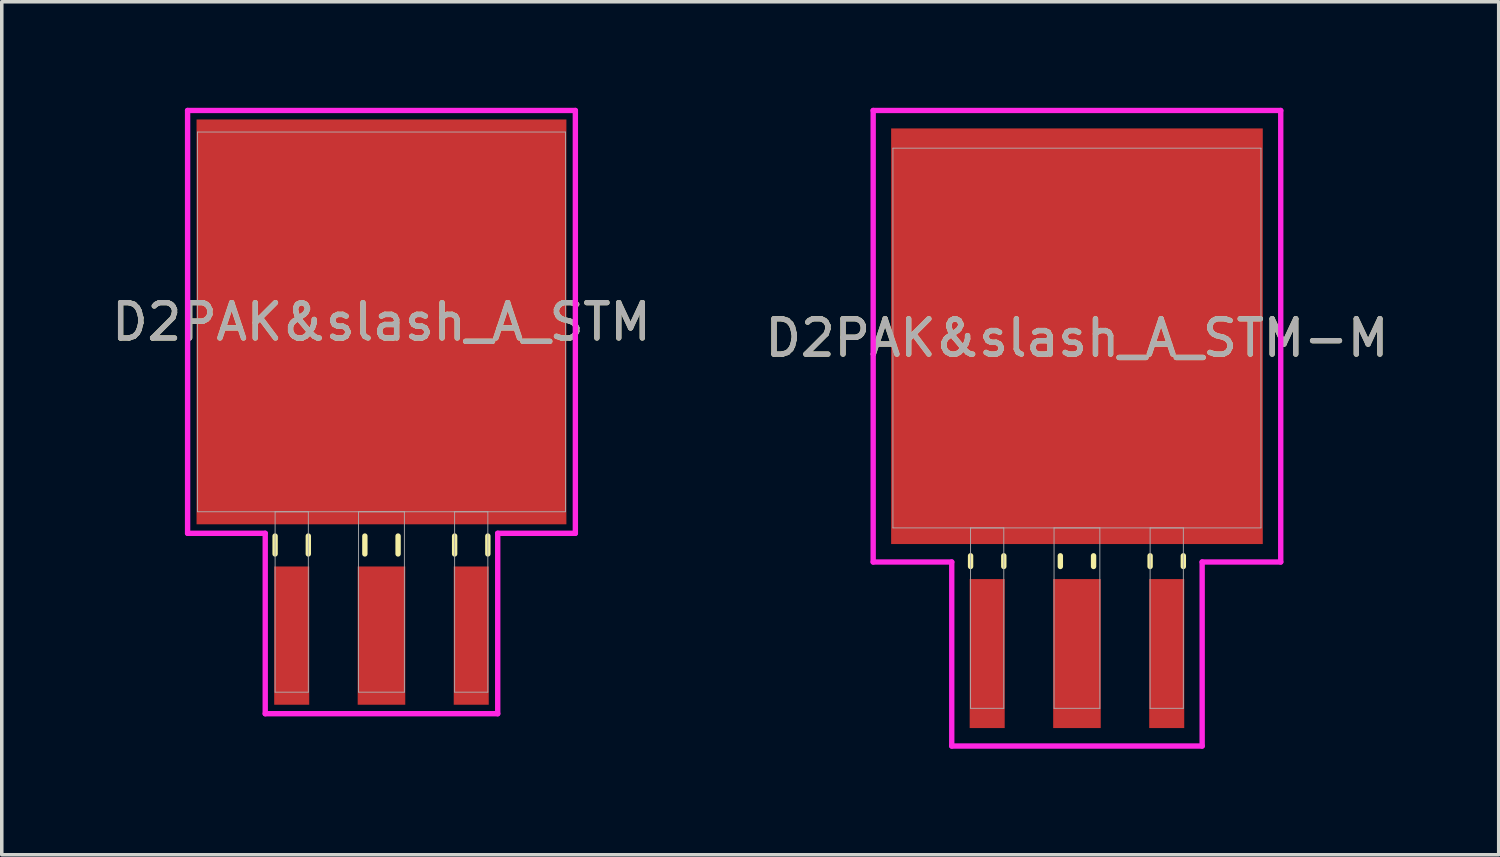
<source format=kicad_pcb>
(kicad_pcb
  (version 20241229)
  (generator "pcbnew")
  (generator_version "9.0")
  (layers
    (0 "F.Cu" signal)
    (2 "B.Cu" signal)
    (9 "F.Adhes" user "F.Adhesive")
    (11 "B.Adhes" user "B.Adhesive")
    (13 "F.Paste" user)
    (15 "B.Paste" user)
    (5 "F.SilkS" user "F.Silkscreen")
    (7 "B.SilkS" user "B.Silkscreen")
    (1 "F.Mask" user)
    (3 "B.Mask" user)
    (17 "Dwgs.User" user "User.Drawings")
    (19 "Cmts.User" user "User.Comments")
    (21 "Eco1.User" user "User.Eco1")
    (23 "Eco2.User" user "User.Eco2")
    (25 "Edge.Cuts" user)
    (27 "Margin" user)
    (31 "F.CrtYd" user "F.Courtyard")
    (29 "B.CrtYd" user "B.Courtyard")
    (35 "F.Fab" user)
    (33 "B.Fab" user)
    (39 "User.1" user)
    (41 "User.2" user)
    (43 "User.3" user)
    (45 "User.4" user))
  (footprint "D2PAK&slash_A_STM"
    (layer "F.Cu")
    (at 7.744 6.058)
    (property "Reference" "D2PAK&slash_A_STM" (at 0 0 0) (unlocked yes) (layer "F.SilkS") (effects (font (size 1 1) (thickness 0.15))))
    (attr smd)
    (fp_line (start -3.01 6.06) (end -3.01 6.566) (stroke (width 0.152) (type solid)) (layer "F.SilkS"))
    (fp_line (start -2.07 6.06) (end -2.07 6.566) (stroke (width 0.152) (type solid)) (layer "F.SilkS"))
    (fp_line (start -0.47 6.06) (end -0.47 6.566) (stroke (width 0.152) (type solid)) (layer "F.SilkS"))
    (fp_line (start 0.47 6.06) (end 0.47 6.566) (stroke (width 0.152) (type solid)) (layer "F.SilkS"))
    (fp_line (start 2.07 6.06) (end 2.07 6.566) (stroke (width 0.152) (type solid)) (layer "F.SilkS"))
    (fp_line (start 3.01 6.06) (end 3.01 6.566) (stroke (width 0.152) (type solid)) (layer "F.SilkS"))
    (fp_line (start -5.486 -5.982) (end 5.486 -5.982) (stroke (width 0.152) (type solid)) (layer "F.CrtYd"))
    (fp_line (start -5.486 5.982) (end -5.486 -5.982) (stroke (width 0.152) (type solid)) (layer "F.CrtYd"))
    (fp_line (start -3.289 5.982) (end -5.486 5.982) (stroke (width 0.152) (type solid)) (layer "F.CrtYd"))
    (fp_line (start -3.289 11.087) (end -3.289 5.982) (stroke (width 0.152) (type solid)) (layer "F.CrtYd"))
    (fp_line (start 3.289 5.982) (end 3.289 11.087) (stroke (width 0.152) (type solid)) (layer "F.CrtYd"))
    (fp_line (start 3.289 11.087) (end -3.289 11.087) (stroke (width 0.152) (type solid)) (layer "F.CrtYd"))
    (fp_line (start 5.486 -5.982) (end 5.486 5.982) (stroke (width 0.152) (type solid)) (layer "F.CrtYd"))
    (fp_line (start 5.486 5.982) (end 3.289 5.982) (stroke (width 0.152) (type solid)) (layer "F.CrtYd"))
    (fp_line (start -5.207 -5.372) (end -5.207 5.372) (stroke (width 0.025) (type solid)) (layer "F.Fab"))
    (fp_line (start -5.207 5.372) (end 5.207 5.372) (stroke (width 0.025) (type solid)) (layer "F.Fab"))
    (fp_line (start -3.01 5.372) (end -3.01 10.477) (stroke (width 0.025) (type solid)) (layer "F.Fab"))
    (fp_line (start -3.01 10.477) (end -2.07 10.477) (stroke (width 0.025) (type solid)) (layer "F.Fab"))
    (fp_line (start -2.07 5.372) (end -3.01 5.372) (stroke (width 0.025) (type solid)) (layer "F.Fab"))
    (fp_line (start -2.07 10.477) (end -2.07 5.372) (stroke (width 0.025) (type solid)) (layer "F.Fab"))
    (fp_line (start -0.648 5.372) (end -0.648 10.477) (stroke (width 0.025) (type solid)) (layer "F.Fab"))
    (fp_line (start -0.648 10.477) (end 0.648 10.477) (stroke (width 0.025) (type solid)) (layer "F.Fab"))
    (fp_line (start 0.648 5.372) (end -0.648 5.372) (stroke (width 0.025) (type solid)) (layer "F.Fab"))
    (fp_line (start 0.648 10.477) (end 0.648 5.372) (stroke (width 0.025) (type solid)) (layer "F.Fab"))
    (fp_line (start 2.07 5.372) (end 2.07 10.477) (stroke (width 0.025) (type solid)) (layer "F.Fab"))
    (fp_line (start 2.07 10.477) (end 3.01 10.477) (stroke (width 0.025) (type solid)) (layer "F.Fab"))
    (fp_line (start 3.01 5.372) (end 2.07 5.372) (stroke (width 0.025) (type solid)) (layer "F.Fab"))
    (fp_line (start 3.01 10.477) (end 3.01 5.372) (stroke (width 0.025) (type solid)) (layer "F.Fab"))
    (fp_line (start 5.207 -5.372) (end -5.207 -5.372) (stroke (width 0.025) (type solid)) (layer "F.Fab"))
    (fp_line (start 5.207 5.372) (end 5.207 -5.372) (stroke (width 0.025) (type solid)) (layer "F.Fab"))
    (fp_text user "${REFERENCE}" (at 0 0 0) (unlocked yes) (layer "F.Fab") (effects (font (size 1 1) (thickness 0.15))))
    (pad "1" smd rect (at -2.54 8.877) (size 0.991 3.912) (layers "F.Cu" "F.Mask" "F.Paste"))
    (pad "2" smd rect (at 0 8.877) (size 1.346 3.912) (layers "F.Cu" "F.Mask" "F.Paste"))
    (pad "3" smd rect (at 2.54 8.877) (size 0.991 3.912) (layers "F.Cu" "F.Mask" "F.Paste"))
    (pad "4" smd rect (at 0 0) (size 10.465 11.455) (layers "F.Cu" "F.Mask" "F.Paste")))
  (footprint "D2PAK&slash_A_STM-M"
    (layer "F.Cu")
    (at 27.423 6.515)
    (property "Reference" "D2PAK&slash_A_STM-M" (at 0 0 0) (unlocked yes) (layer "F.SilkS") (effects (font (size 1 1) (thickness 0.15))))
    (attr smd)
    (fp_line (start -3.01 6.162) (end -3.01 6.464) (stroke (width 0.152) (type solid)) (layer "F.SilkS"))
    (fp_line (start -2.07 6.162) (end -2.07 6.464) (stroke (width 0.152) (type solid)) (layer "F.SilkS"))
    (fp_line (start -0.47 6.162) (end -0.47 6.464) (stroke (width 0.152) (type solid)) (layer "F.SilkS"))
    (fp_line (start 0.47 6.162) (end 0.47 6.464) (stroke (width 0.152) (type solid)) (layer "F.SilkS"))
    (fp_line (start 2.07 6.162) (end 2.07 6.464) (stroke (width 0.152) (type solid)) (layer "F.SilkS"))
    (fp_line (start 3.01 6.162) (end 3.01 6.464) (stroke (width 0.152) (type solid)) (layer "F.SilkS"))
    (fp_line (start -5.766 -6.439) (end 5.766 -6.439) (stroke (width 0.152) (type solid)) (layer "F.CrtYd"))
    (fp_line (start -5.766 6.337) (end -5.766 -6.439) (stroke (width 0.152) (type solid)) (layer "F.CrtYd"))
    (fp_line (start -3.543 6.337) (end -5.766 6.337) (stroke (width 0.152) (type solid)) (layer "F.CrtYd"))
    (fp_line (start -3.543 11.544) (end -3.543 6.337) (stroke (width 0.152) (type solid)) (layer "F.CrtYd"))
    (fp_line (start 3.543 6.337) (end 3.543 11.544) (stroke (width 0.152) (type solid)) (layer "F.CrtYd"))
    (fp_line (start 3.543 11.544) (end -3.543 11.544) (stroke (width 0.152) (type solid)) (layer "F.CrtYd"))
    (fp_line (start 5.766 -6.439) (end 5.766 6.337) (stroke (width 0.152) (type solid)) (layer "F.CrtYd"))
    (fp_line (start 5.766 6.337) (end 3.543 6.337) (stroke (width 0.152) (type solid)) (layer "F.CrtYd"))
    (fp_line (start -5.207 -5.372) (end -5.207 5.372) (stroke (width 0.025) (type solid)) (layer "F.Fab"))
    (fp_line (start -5.207 5.372) (end 5.207 5.372) (stroke (width 0.025) (type solid)) (layer "F.Fab"))
    (fp_line (start -3.01 5.372) (end -3.01 10.477) (stroke (width 0.025) (type solid)) (layer "F.Fab"))
    (fp_line (start -3.01 10.477) (end -2.07 10.477) (stroke (width 0.025) (type solid)) (layer "F.Fab"))
    (fp_line (start -2.07 5.372) (end -3.01 5.372) (stroke (width 0.025) (type solid)) (layer "F.Fab"))
    (fp_line (start -2.07 10.477) (end -2.07 5.372) (stroke (width 0.025) (type solid)) (layer "F.Fab"))
    (fp_line (start -0.648 5.372) (end -0.648 10.477) (stroke (width 0.025) (type solid)) (layer "F.Fab"))
    (fp_line (start -0.648 10.477) (end 0.648 10.477) (stroke (width 0.025) (type solid)) (layer "F.Fab"))
    (fp_line (start 0.648 5.372) (end -0.648 5.372) (stroke (width 0.025) (type solid)) (layer "F.Fab"))
    (fp_line (start 0.648 10.477) (end 0.648 5.372) (stroke (width 0.025) (type solid)) (layer "F.Fab"))
    (fp_line (start 2.07 5.372) (end 2.07 10.477) (stroke (width 0.025) (type solid)) (layer "F.Fab"))
    (fp_line (start 2.07 10.477) (end 3.01 10.477) (stroke (width 0.025) (type solid)) (layer "F.Fab"))
    (fp_line (start 3.01 5.372) (end 2.07 5.372) (stroke (width 0.025) (type solid)) (layer "F.Fab"))
    (fp_line (start 3.01 10.477) (end 3.01 5.372) (stroke (width 0.025) (type solid)) (layer "F.Fab"))
    (fp_line (start 5.207 -5.372) (end -5.207 -5.372) (stroke (width 0.025) (type solid)) (layer "F.Fab"))
    (fp_line (start 5.207 5.372) (end 5.207 -5.372) (stroke (width 0.025) (type solid)) (layer "F.Fab"))
    (fp_text user "${REFERENCE}" (at 0 0 0) (unlocked yes) (layer "F.Fab") (effects (font (size 1 1) (thickness 0.15))))
    (pad "1" smd rect (at -2.54 8.928) (size 0.991 4.216) (layers "F.Cu" "F.Mask" "F.Paste"))
    (pad "2" smd rect (at 0 8.928) (size 1.346 4.216) (layers "F.Cu" "F.Mask" "F.Paste"))
    (pad "3" smd rect (at 2.54 8.928) (size 0.991 4.216) (layers "F.Cu" "F.Mask" "F.Paste"))
    (pad "4" smd rect (at 0 -0.051) (size 10.516 11.76) (layers "F.Cu" "F.Mask" "F.Paste")))
  (gr_rect
    (start -3 -3)
    (end 39.357 21.136)
    (stroke (width 0.1) (type default))
    (fill no)
    (layer "Edge.Cuts")))
</source>
